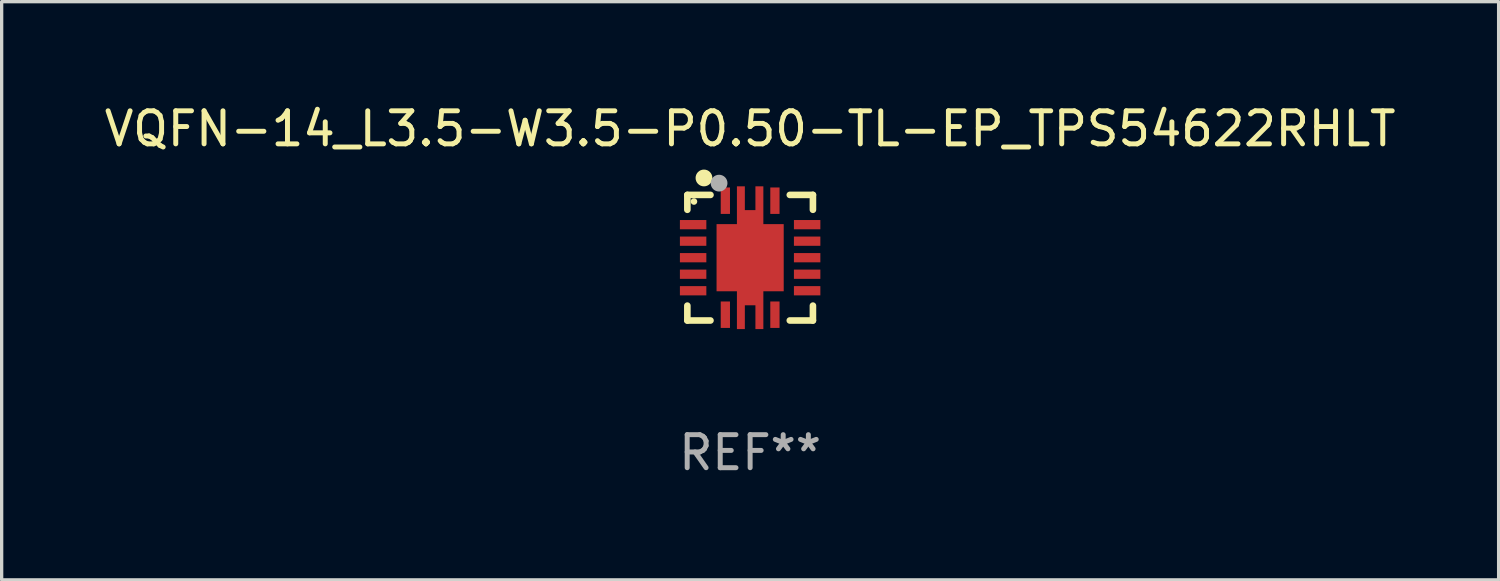
<source format=kicad_pcb>
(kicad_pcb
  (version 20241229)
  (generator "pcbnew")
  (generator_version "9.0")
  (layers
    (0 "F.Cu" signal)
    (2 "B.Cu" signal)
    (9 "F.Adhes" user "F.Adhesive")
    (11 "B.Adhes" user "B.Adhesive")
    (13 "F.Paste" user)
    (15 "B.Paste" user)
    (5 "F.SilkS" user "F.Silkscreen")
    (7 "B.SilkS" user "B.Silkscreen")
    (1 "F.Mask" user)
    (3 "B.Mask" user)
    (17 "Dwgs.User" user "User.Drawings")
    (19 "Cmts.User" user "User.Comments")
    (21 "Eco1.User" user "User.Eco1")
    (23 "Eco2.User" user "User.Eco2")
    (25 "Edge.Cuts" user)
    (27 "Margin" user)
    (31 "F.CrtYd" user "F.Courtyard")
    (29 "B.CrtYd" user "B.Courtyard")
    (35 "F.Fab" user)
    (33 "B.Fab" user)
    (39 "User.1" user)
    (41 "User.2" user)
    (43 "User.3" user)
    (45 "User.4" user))
  (footprint "VQFN-14_L3.5-W3.5-P0.50-TL-EP_TPS54622RHLT"
    (layer "F.Cu")
    (at 19.649 4.748)
    (property "Reference" "VQFN-14_L3.5-W3.5-P0.50-TL-EP_TPS54622RHLT" (at 0.000102 -3.9 0) (layer "F.SilkS") (effects (font (size 1 1) (thickness 0.15))))
    (attr smd)
    (fp_line (start -1.9 -1.9) (end -1.2 -1.9) (stroke (width 0.2) (type solid)) (layer "F.SilkS"))
    (fp_line (start -1.9 -1.45) (end -1.9 -1.9) (stroke (width 0.2) (type solid)) (layer "F.SilkS"))
    (fp_line (start -1.9 1.45) (end -1.9 1.9) (stroke (width 0.2) (type solid)) (layer "F.SilkS"))
    (fp_line (start -1.9 1.9) (end -1.2 1.9) (stroke (width 0.2) (type solid)) (layer "F.SilkS"))
    (fp_line (start 1.2 1.9) (end 1.9 1.9) (stroke (width 0.2) (type solid)) (layer "F.SilkS"))
    (fp_line (start 1.9 -1.9) (end 1.2 -1.9) (stroke (width 0.2) (type solid)) (layer "F.SilkS"))
    (fp_line (start 1.9 -1.45) (end 1.9 -1.9) (stroke (width 0.2) (type solid)) (layer "F.SilkS"))
    (fp_line (start 1.9 1.9) (end 1.9 1.45) (stroke (width 0.2) (type solid)) (layer "F.SilkS"))
    (fp_circle (center -1.7 -1.7) (end -1.65 -1.7) (stroke (width 0.1) (type solid)) (fill no) (layer "F.SilkS"))
    (fp_circle (center -1.397 -2.413) (end -1.27 -2.413) (stroke (width 0.254) (type solid)) (fill no) (layer "F.SilkS"))
    (fp_circle (center -0.94 -2.256) (end -0.813 -2.256) (stroke (width 0.254) (type solid)) (fill no) (layer "F.Fab"))
    (fp_text user "REF**" (at 0.000102 5.9 0) (layer "F.Fab") (effects (font (size 1 1) (thickness 0.15))))
    (pad "1" smd rect (at -0.75 -1.725 90) (size 0.8 0.28) (layers "F.Cu" "F.Mask" "F.Paste"))
    (pad "2" smd rect (at -1.725 -1) (size 0.8 0.28) (layers "F.Cu" "F.Mask" "F.Paste"))
    (pad "3" smd rect (at -1.725 -0.5) (size 0.8 0.28) (layers "F.Cu" "F.Mask" "F.Paste"))
    (pad "4" smd rect (at -1.725 0) (size 0.8 0.28) (layers "F.Cu" "F.Mask" "F.Paste"))
    (pad "5" smd rect (at -1.725 0.5) (size 0.8 0.28) (layers "F.Cu" "F.Mask" "F.Paste"))
    (pad "6" smd rect (at -1.725 1) (size 0.8 0.28) (layers "F.Cu" "F.Mask" "F.Paste"))
    (pad "7" smd rect (at -0.75 1.725 90) (size 0.8 0.28) (layers "F.Cu" "F.Mask" "F.Paste"))
    (pad "8" smd rect (at 0.75 1.725 90) (size 0.8 0.28) (layers "F.Cu" "F.Mask" "F.Paste"))
    (pad "9" smd rect (at 1.725 1) (size 0.8 0.28) (layers "F.Cu" "F.Mask" "F.Paste"))
    (pad "10" smd rect (at 1.725 0.5) (size 0.8 0.28) (layers "F.Cu" "F.Mask" "F.Paste"))
    (pad "11" smd rect (at 1.725 0) (size 0.8 0.28) (layers "F.Cu" "F.Mask" "F.Paste"))
    (pad "12" smd rect (at 1.725 -0.5) (size 0.8 0.28) (layers "F.Cu" "F.Mask" "F.Paste"))
    (pad "13" smd rect (at 1.725 -1) (size 0.8 0.28) (layers "F.Cu" "F.Mask" "F.Paste"))
    (pad "14" smd rect (at 0.75 -1.725 90) (size 0.8 0.28) (layers "F.Cu" "F.Mask" "F.Paste"))
    (pad "15" smd custom (at 0 0) (size 0.1 0.1) (layers "F.Cu" "F.Mask" "F.Paste") (options (anchor circle)) (primitives (gr_poly (pts (xy -1.016 -1.016) (xy -0.4 -1.016) (xy -0.4 -2.16) (xy -0.16 -2.16) (xy -0.16 -1.44) (xy 0.16 -1.44) (xy 0.16 -2.16) (xy 0.4 -2.16) (xy 0.4 -1.016) (xy 1.016 -1.016) (xy 1.016 1.016) (xy 0.4 1.016) (xy 0.4 2.16) (xy 0.16 2.16) (xy 0.16 1.44) (xy -0.16 1.44) (xy -0.16 2.16) (xy -0.4 2.16) (xy -0.4 1.016) (xy -1.016 1.016) (xy -1.016 -1.016)) (width 0) (fill yes)))))
  (gr_rect
    (start -3 -3)
    (end 42.298 14.496)
    (stroke (width 0.1) (type default))
    (fill no)
    (layer "Edge.Cuts")))
</source>
